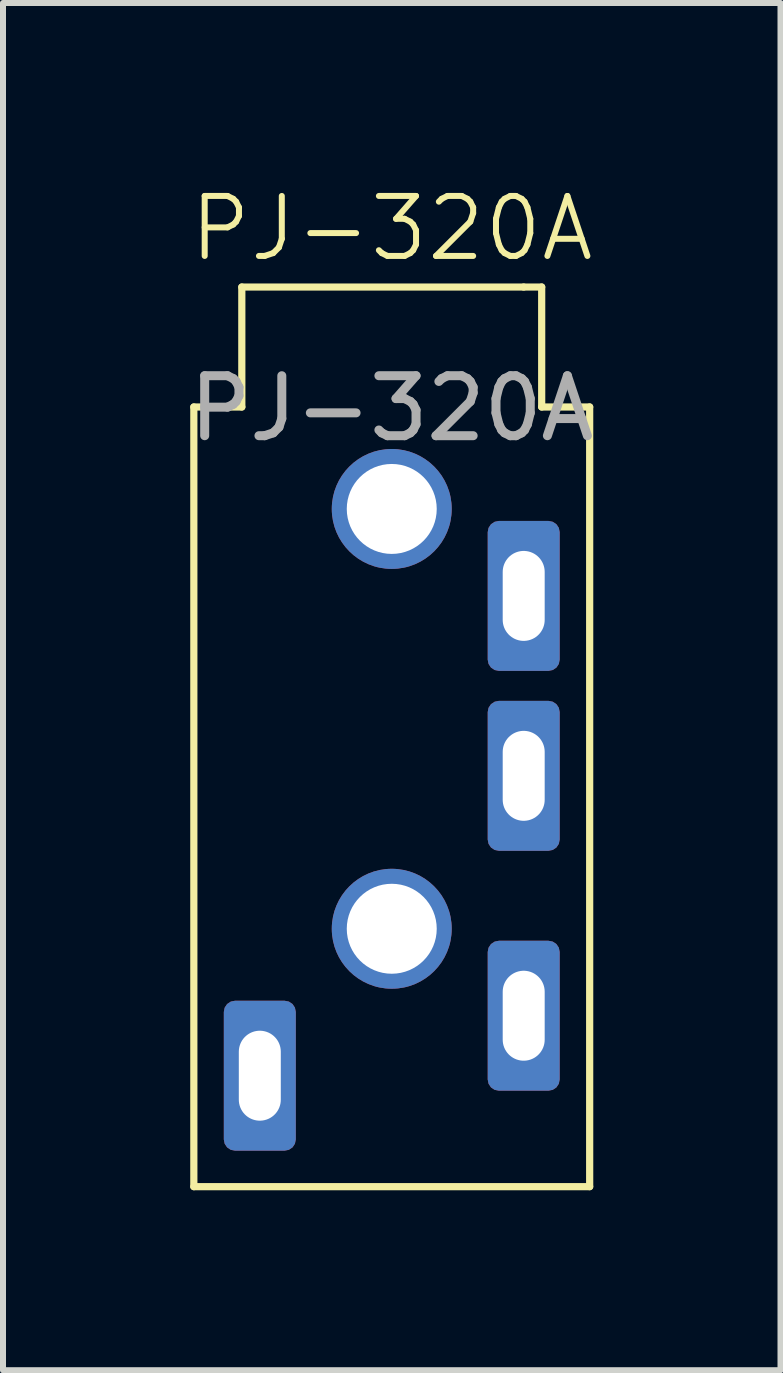
<source format=kicad_pcb>
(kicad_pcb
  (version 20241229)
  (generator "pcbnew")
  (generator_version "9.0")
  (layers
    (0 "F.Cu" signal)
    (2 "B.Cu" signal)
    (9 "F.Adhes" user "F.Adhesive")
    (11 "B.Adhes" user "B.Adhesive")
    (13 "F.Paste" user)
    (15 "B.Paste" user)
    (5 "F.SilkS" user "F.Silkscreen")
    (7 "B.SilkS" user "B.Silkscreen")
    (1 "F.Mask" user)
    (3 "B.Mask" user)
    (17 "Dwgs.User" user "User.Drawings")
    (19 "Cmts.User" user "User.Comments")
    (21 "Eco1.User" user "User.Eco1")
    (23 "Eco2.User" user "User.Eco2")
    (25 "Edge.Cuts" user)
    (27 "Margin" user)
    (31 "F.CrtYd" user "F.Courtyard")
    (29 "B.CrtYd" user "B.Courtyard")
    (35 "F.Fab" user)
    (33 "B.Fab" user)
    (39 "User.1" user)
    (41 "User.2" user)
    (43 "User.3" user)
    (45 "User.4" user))
  (footprint "PJ-320A"
    (layer "F.Cu")
    (at 3.482 1.26)
    (property "Reference" "PJ-320A" (at 0 -0.5 0) (unlocked yes) (layer "F.SilkS") (effects (font (size 1 1) (thickness 0.1))))
    (attr smd)
    (fp_line (start -3.3 2.476) (end -3.3 15.476) (stroke (width 0.12) (type solid)) (layer "F.SilkS"))
    (fp_line (start -2.5 0.476) (end -2.5 2.476) (stroke (width 0.12) (type solid)) (layer "F.SilkS"))
    (fp_line (start -2.5 2.476) (end -3.3 2.476) (stroke (width 0.12) (type solid)) (layer "F.SilkS"))
    (fp_line (start 2.2 0.476) (end -2.5 0.476) (stroke (width 0.12) (type solid)) (layer "F.SilkS"))
    (fp_line (start 2.2 0.476) (end 2.5 0.476) (stroke (width 0.12) (type solid)) (layer "F.SilkS"))
    (fp_line (start 2.5 0.476) (end 2.5 2.476) (stroke (width 0.12) (type solid)) (layer "F.SilkS"))
    (fp_line (start 2.5 2.476) (end 3.3 2.476) (stroke (width 0.12) (type solid)) (layer "F.SilkS"))
    (fp_line (start 3.3 2.476) (end 3.3 15.476) (stroke (width 0.12) (type solid)) (layer "F.SilkS"))
    (fp_line (start 3.3 15.476) (end -3.3 15.476) (stroke (width 0.12) (type solid)) (layer "F.SilkS"))
    (fp_text user "${REFERENCE}" (at 0 2.5 0) (unlocked yes) (layer "F.Fab") (effects (font (size 1 1) (thickness 0.15))))
    (pad "" thru_hole circle (at 0 4.176 270) (size 2 2) (drill 1.5) (layers "*.Cu" "*.Mask"))
    (pad "" thru_hole circle (at 0 11.176 270) (size 2 2) (drill 1.5) (layers "*.Cu" "*.Mask"))
    (pad "R1" thru_hole roundrect (at 2.2 8.626 270) (size 2.5 1.2) (drill oval 1.5 0.7) (layers "*.Cu" "*.Mask") (roundrect_rratio 0.156))
    (pad "R2" thru_hole roundrect (at 2.2 5.626 270) (size 2.5 1.2) (drill oval 1.5 0.7) (layers "*.Cu" "*.Mask") (roundrect_rratio 0.156))
    (pad "S" thru_hole roundrect (at -2.2 13.626 270) (size 2.5 1.2) (drill oval 1.5 0.7) (layers "*.Cu" "*.Mask") (roundrect_rratio 0.156))
    (pad "T" thru_hole roundrect (at 2.2 12.626 270) (size 2.5 1.2) (drill oval 1.5 0.7) (layers "*.Cu" "*.Mask") (roundrect_rratio 0.156)))
  (gr_rect
    (start -3 -3)
    (end 9.964 19.797)
    (stroke (width 0.1) (type default))
    (fill no)
    (layer "Edge.Cuts")))
</source>
